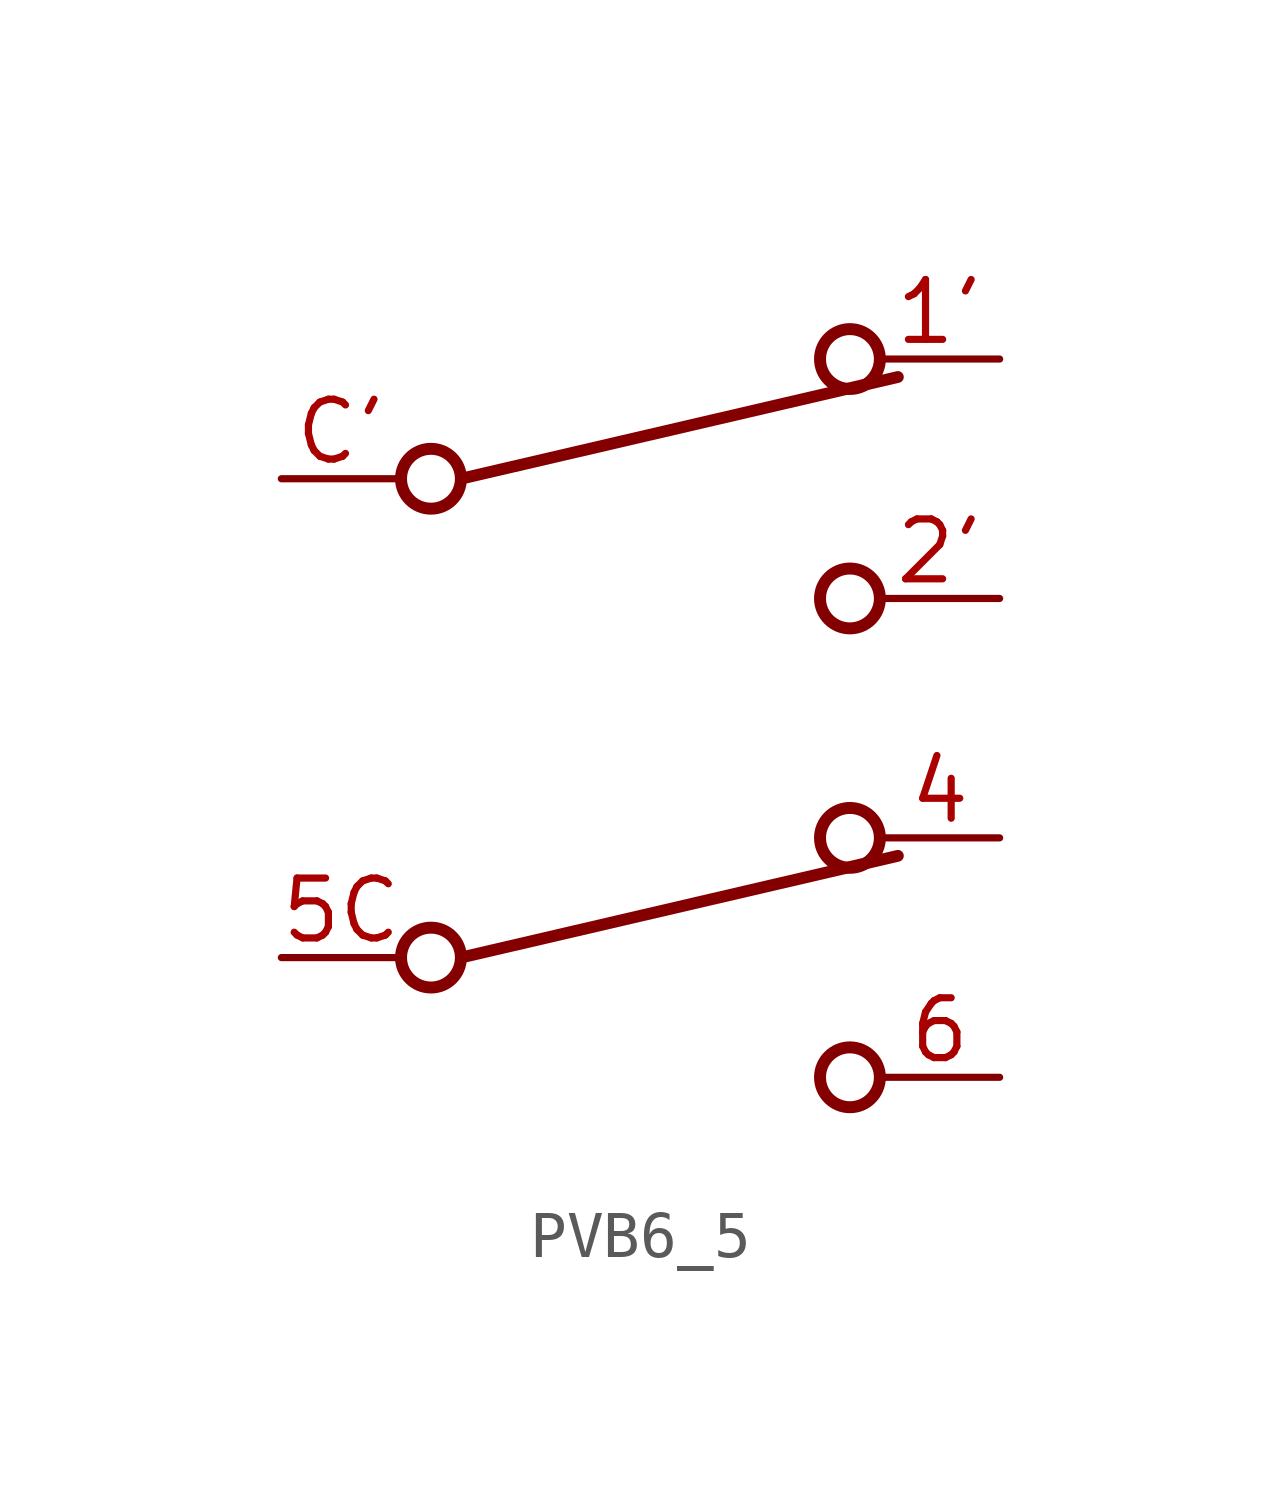
<source format=kicad_sym>
(kicad_symbol_lib
  (version 20231120)
  (generator "kicad_symbol_editor")
  (generator_version "8.0")
  (symbol "PVB6_5"
    (property "Reference" "SW"
      (at 0 0 0)
      (effects (font (size 1.27 1.27)) (hide yes)))
    (property "ki_locked" ""
      (at 0 0 0)
      (effects (font (size 1.27 1.27))))
    (symbol "PVB6_5_1_0"
      (circle (center -4.636 -10.16) (radius 0.635) (stroke (width 0.254) (type solid)) (fill (type none)))
      (circle (center -4.636 0) (radius 0.635) (stroke (width 0.254) (type solid)) (fill (type none)))
      (polyline (pts (xy -4.001 -10.16) (xy 5.271 -8.001)) (stroke (width 0.25) (type solid)) (fill (type none)))
      (polyline (pts (xy -4.001 0) (xy 5.271 2.159)) (stroke (width 0.25) (type solid)) (fill (type none)))
      (circle (center 4.254 -12.7) (radius 0.635) (stroke (width 0.254) (type solid)) (fill (type none)))
      (circle (center 4.254 -7.62) (radius 0.635) (stroke (width 0.254) (type solid)) (fill (type none)))
      (circle (center 4.254 -2.54) (radius 0.635) (stroke (width 0.254) (type solid)) (fill (type none)))
      (circle (center 4.254 2.54) (radius 0.635) (stroke (width 0.254) (type solid)) (fill (type none)))
      (pin passive line (at 7.43 2.54 180) (length 2.54) (name "C3@1" (effects (font (size 0 0)))) (number "1'" (effects (font (size 1.27 1.27)))))
      (pin passive line (at 7.43 -2.54 180) (length 2.54) (name "C2@1" (effects (font (size 0 0)))) (number "2'" (effects (font (size 1.27 1.27)))))
      (pin passive line (at 7.43 -7.62 180) (length 2.54) (name "C3@2" (effects (font (size 0 0)))) (number "4" (effects (font (size 1.27 1.27)))))
      (pin passive line (at -7.81 -10.16 0) (length 2.54) (name "C1@2" (effects (font (size 0 0)))) (number "5C" (effects (font (size 1.27 1.27)))))
      (pin passive line (at 7.43 -12.7 180) (length 2.54) (name "C2@2" (effects (font (size 0 0)))) (number "6" (effects (font (size 1.27 1.27)))))
      (pin passive line (at -7.81 0 0) (length 2.54) (name "C1@1" (effects (font (size 0 0)))) (number "C'" (effects (font (size 1.27 1.27))))))))
</source>
